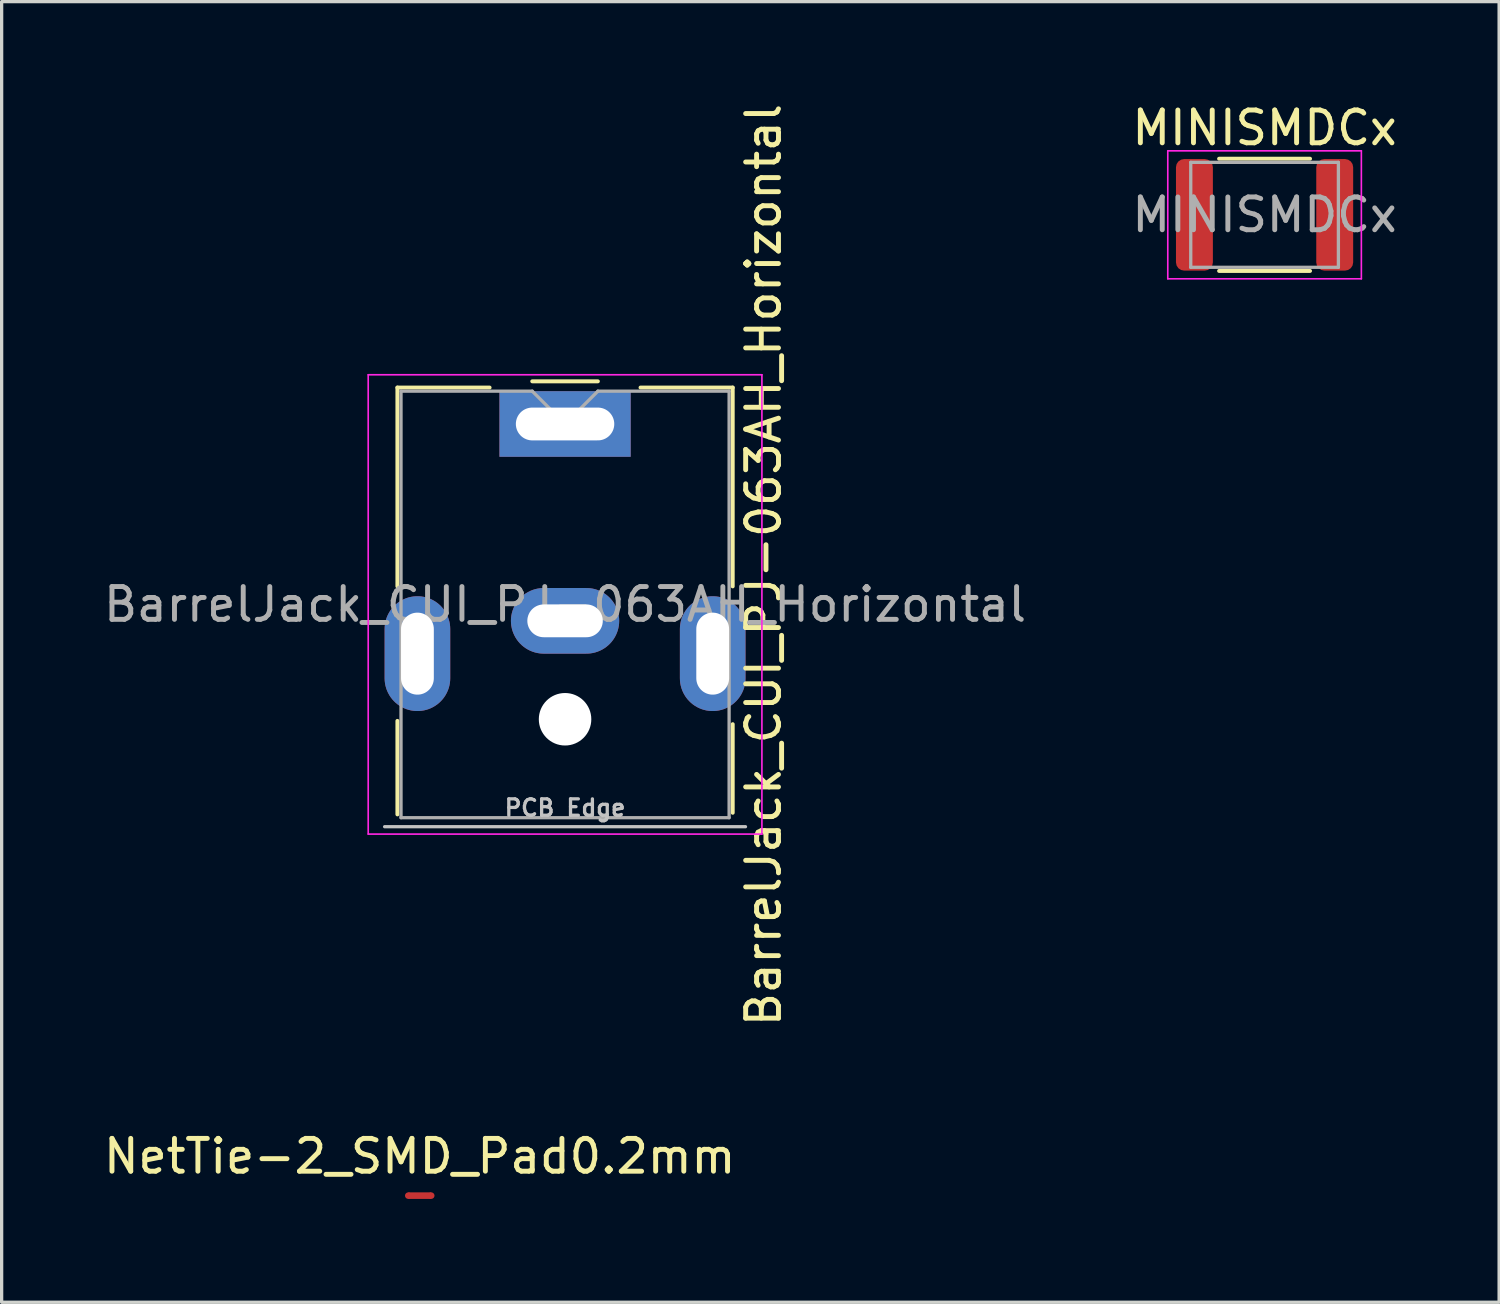
<source format=kicad_pcb>
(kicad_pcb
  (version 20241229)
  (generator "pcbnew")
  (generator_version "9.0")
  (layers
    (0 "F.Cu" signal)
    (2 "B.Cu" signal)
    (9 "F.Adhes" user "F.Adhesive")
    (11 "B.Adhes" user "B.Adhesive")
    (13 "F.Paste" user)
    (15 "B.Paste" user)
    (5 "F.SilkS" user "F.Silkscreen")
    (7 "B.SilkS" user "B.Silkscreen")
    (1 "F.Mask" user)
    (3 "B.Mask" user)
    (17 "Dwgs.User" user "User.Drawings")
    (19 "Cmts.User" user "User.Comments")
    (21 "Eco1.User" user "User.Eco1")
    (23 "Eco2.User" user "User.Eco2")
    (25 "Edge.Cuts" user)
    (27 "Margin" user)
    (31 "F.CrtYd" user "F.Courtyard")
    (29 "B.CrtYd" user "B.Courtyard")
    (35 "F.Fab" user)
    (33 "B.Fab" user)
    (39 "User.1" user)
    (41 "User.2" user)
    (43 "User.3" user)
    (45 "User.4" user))
  (footprint "MINISMDCx"
    (layer "F.Cu")
    (at 35.494 3.498)
    (property "Reference" "MINISMDCx" (at 0 -2.65 0) (layer "F.SilkS") (effects (font (size 1 1) (thickness 0.15))))
    (attr smd)
    (fp_line (start -1.386 -1.71) (end 1.386 -1.71) (stroke (width 0.12) (type solid)) (layer "F.SilkS"))
    (fp_line (start -1.386 1.71) (end 1.386 1.71) (stroke (width 0.12) (type solid)) (layer "F.SilkS"))
    (fp_line (start -2.95 -1.95) (end 2.95 -1.95) (stroke (width 0.05) (type solid)) (layer "F.CrtYd"))
    (fp_line (start -2.95 1.95) (end -2.95 -1.95) (stroke (width 0.05) (type solid)) (layer "F.CrtYd"))
    (fp_line (start 2.95 -1.95) (end 2.95 1.95) (stroke (width 0.05) (type solid)) (layer "F.CrtYd"))
    (fp_line (start 2.95 1.95) (end -2.95 1.95) (stroke (width 0.05) (type solid)) (layer "F.CrtYd"))
    (fp_line (start -2.25 -1.6) (end 2.25 -1.6) (stroke (width 0.1) (type solid)) (layer "F.Fab"))
    (fp_line (start -2.25 1.6) (end -2.25 -1.6) (stroke (width 0.1) (type solid)) (layer "F.Fab"))
    (fp_line (start 2.25 -1.6) (end 2.25 1.6) (stroke (width 0.1) (type solid)) (layer "F.Fab"))
    (fp_line (start 2.25 1.6) (end -2.25 1.6) (stroke (width 0.1) (type solid)) (layer "F.Fab"))
    (fp_text user "${REFERENCE}" (at 0 0 0) (layer "F.Fab") (effects (font (size 1 1) (thickness 0.15))))
    (pad "1" smd roundrect (at -2.138 0) (size 1.125 3.4) (layers "F.Cu" "F.Mask" "F.Paste") (roundrect_rratio 0.222))
    (pad "2" smd roundrect (at 2.138 0) (size 1.125 3.4) (layers "F.Cu" "F.Mask" "F.Paste") (roundrect_rratio 0.222)))
  (footprint "NetTie-2_SMD_Pad0.2mm"
    (layer "F.Cu")
    (at 9.744 33.393)
    (property "Reference" "NetTie-2_SMD_Pad0.2mm" (at 0 -1.2 0) (layer "F.SilkS") (effects (font (size 1 1) (thickness 0.15))))
    (attr exclude_from_pos_files exclude_from_bom allow_missing_courtyard)
    (fp_poly (pts (xy -0.35 -0.1) (xy 0.35 -0.1) (xy 0.35 0.1) (xy -0.35 0.1)) (stroke (width 0) (type solid)) (fill yes) (layer "F.Cu"))
    (pad "1" smd circle (at -0.35 0) (size 0.2 0.2) (layers "F.Cu"))
    (pad "2" smd circle (at 0.35 0) (size 0.2 0.2) (layers "F.Cu")))
  (footprint "BarrelJack_CUI_PJ-063AH_Horizontal"
    (layer "F.Cu")
    (at 14.173 9.873)
    (property "Reference" "BarrelJack_CUI_PJ-063AH_Horizontal" (at 6.05 4.3 270) (layer "F.SilkS") (effects (font (size 1 1) (thickness 0.15))))
    (attr through_hole)
    (fp_line (start -5.11 -1.11) (end -2.3 -1.11) (stroke (width 0.12) (type solid)) (layer "F.SilkS"))
    (fp_line (start -5.11 4.95) (end -5.11 -1.11) (stroke (width 0.12) (type solid)) (layer "F.SilkS"))
    (fp_line (start -5.11 11.9) (end -5.11 9.05) (stroke (width 0.12) (type solid)) (layer "F.SilkS"))
    (fp_line (start -1 -1.3) (end 1 -1.3) (stroke (width 0.12) (type solid)) (layer "F.SilkS"))
    (fp_line (start 2.3 -1.11) (end 5.11 -1.11) (stroke (width 0.12) (type solid)) (layer "F.SilkS"))
    (fp_line (start 5.11 -1.11) (end 5.11 4.95) (stroke (width 0.12) (type solid)) (layer "F.SilkS"))
    (fp_line (start 5.11 9.15) (end 5.11 11.85) (stroke (width 0.12) (type solid)) (layer "F.SilkS"))
    (fp_line (start 5.5 12.275) (end -5.5 12.275) (stroke (width 0.1) (type solid)) (layer "Dwgs.User"))
    (fp_line (start -6 -1.5) (end -6 12.5) (stroke (width 0.05) (type solid)) (layer "F.CrtYd"))
    (fp_line (start -6 12.5) (end 6 12.5) (stroke (width 0.05) (type solid)) (layer "F.CrtYd"))
    (fp_line (start 6 -1.5) (end -6 -1.5) (stroke (width 0.05) (type solid)) (layer "F.CrtYd"))
    (fp_line (start 6 12.5) (end 6 -1.5) (stroke (width 0.05) (type solid)) (layer "F.CrtYd"))
    (fp_line (start -5 -1) (end -1 -1) (stroke (width 0.1) (type solid)) (layer "F.Fab"))
    (fp_line (start -5 12) (end -5 -1) (stroke (width 0.1) (type solid)) (layer "F.Fab"))
    (fp_line (start -1 -1) (end 0 0) (stroke (width 0.1) (type solid)) (layer "F.Fab"))
    (fp_line (start 0 0) (end 1 -1) (stroke (width 0.1) (type solid)) (layer "F.Fab"))
    (fp_line (start 1 -1) (end 5 -1) (stroke (width 0.1) (type solid)) (layer "F.Fab"))
    (fp_line (start 5 -1) (end 5 12) (stroke (width 0.1) (type solid)) (layer "F.Fab"))
    (fp_line (start 5 12) (end -5 12) (stroke (width 0.1) (type solid)) (layer "F.Fab"))
    (fp_text user "PCB Edge" (at 0 11.7 0) (unlocked yes) (layer "Dwgs.User") (effects (font (size 0.5 0.5) (thickness 0.1))))
    (fp_text user "${REFERENCE}" (at 0 5.5 180) (layer "F.Fab") (effects (font (size 1 1) (thickness 0.15))))
    (pad "" np_thru_hole circle (at 0 9) (size 1.6 1.6) (drill 1.6) (layers "*.Cu" "*.Mask"))
    (pad "1" thru_hole rect (at 0 0) (size 4 2) (drill oval 3 1) (layers "*.Cu" "*.Mask"))
    (pad "2" thru_hole oval (at 0 6) (size 3.3 2) (drill oval 2.3 1) (layers "*.Cu" "*.Mask"))
    (pad "MP" thru_hole oval (at -4.5 7) (size 2 3.5) (drill oval 1 2.5) (layers "*.Cu" "*.Mask"))
    (pad "MP" thru_hole oval (at 4.5 7) (size 2 3.5) (drill oval 1 2.5) (layers "*.Cu" "*.Mask")))
  (gr_rect
    (start -3 -3)
    (end 42.643 36.643)
    (stroke (width 0.1) (type default))
    (fill no)
    (layer "Edge.Cuts")))
</source>
